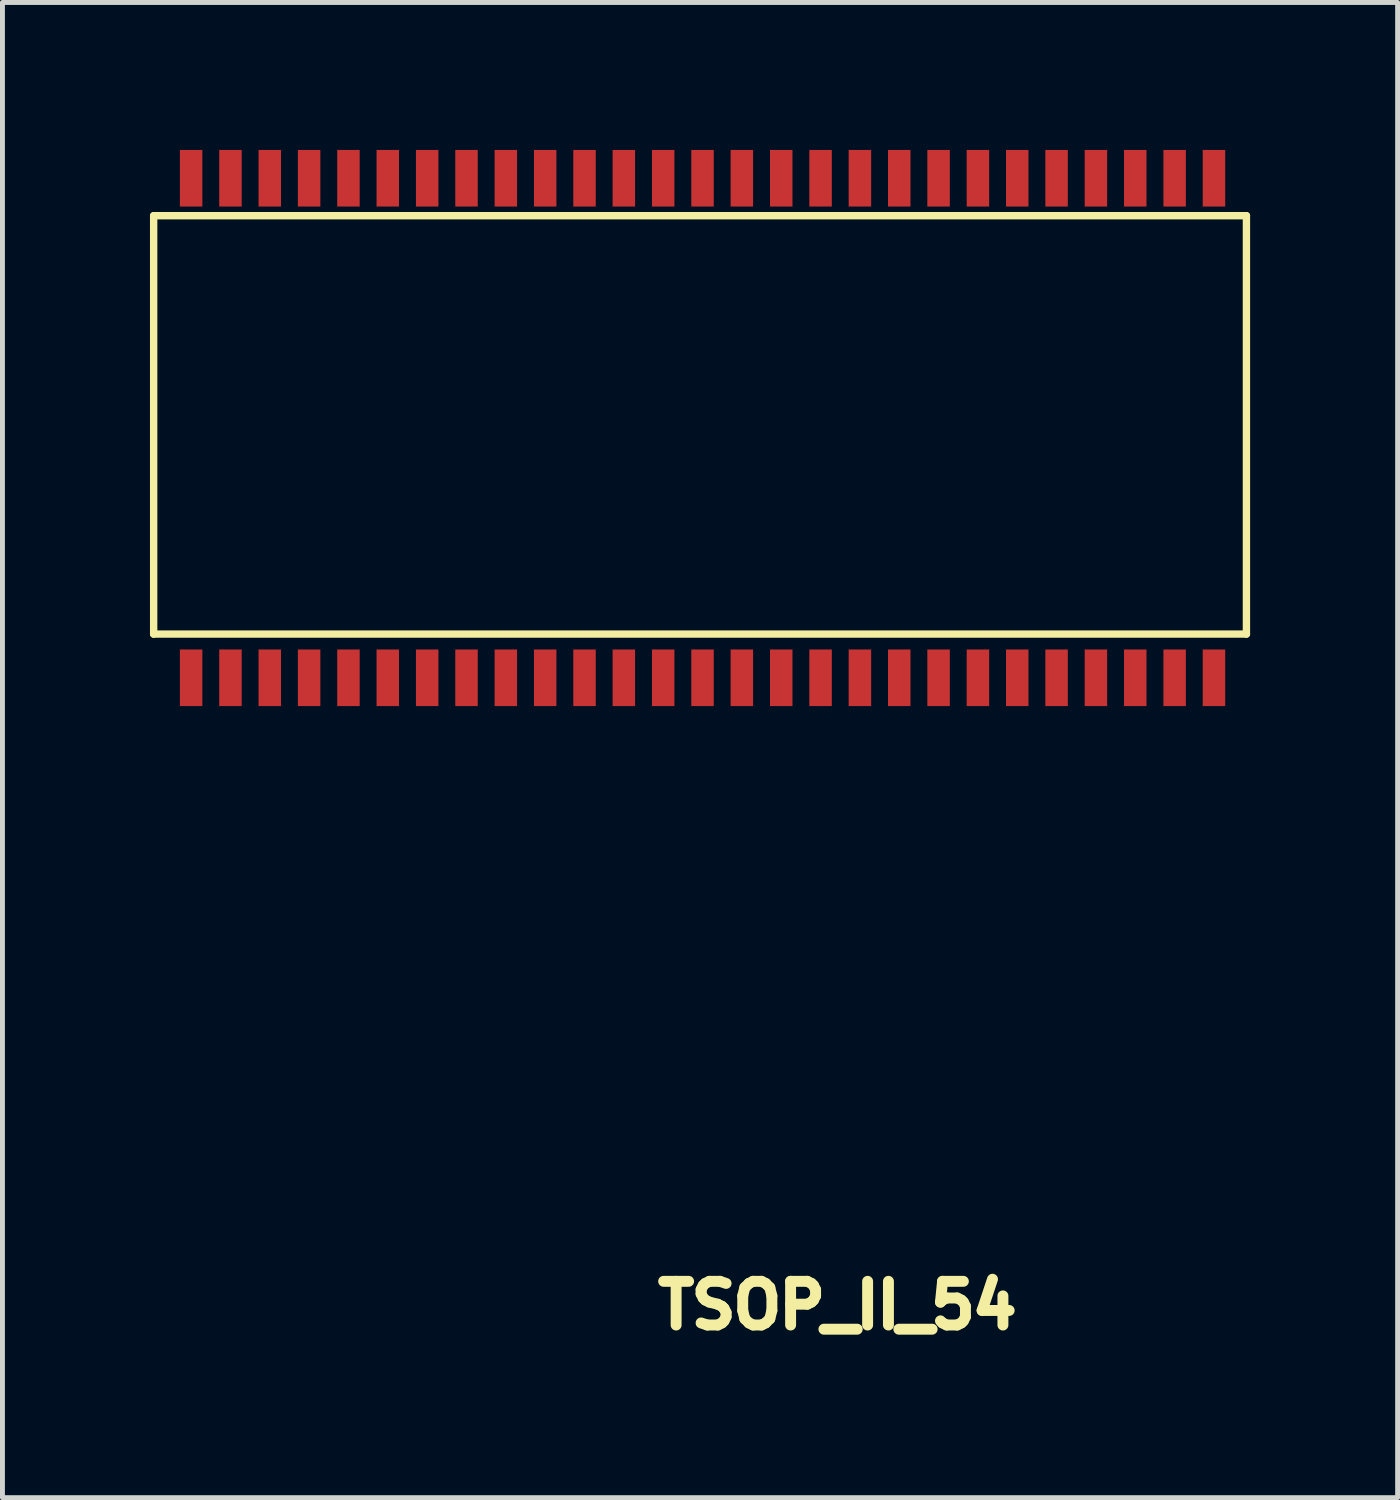
<source format=kicad_pcb>
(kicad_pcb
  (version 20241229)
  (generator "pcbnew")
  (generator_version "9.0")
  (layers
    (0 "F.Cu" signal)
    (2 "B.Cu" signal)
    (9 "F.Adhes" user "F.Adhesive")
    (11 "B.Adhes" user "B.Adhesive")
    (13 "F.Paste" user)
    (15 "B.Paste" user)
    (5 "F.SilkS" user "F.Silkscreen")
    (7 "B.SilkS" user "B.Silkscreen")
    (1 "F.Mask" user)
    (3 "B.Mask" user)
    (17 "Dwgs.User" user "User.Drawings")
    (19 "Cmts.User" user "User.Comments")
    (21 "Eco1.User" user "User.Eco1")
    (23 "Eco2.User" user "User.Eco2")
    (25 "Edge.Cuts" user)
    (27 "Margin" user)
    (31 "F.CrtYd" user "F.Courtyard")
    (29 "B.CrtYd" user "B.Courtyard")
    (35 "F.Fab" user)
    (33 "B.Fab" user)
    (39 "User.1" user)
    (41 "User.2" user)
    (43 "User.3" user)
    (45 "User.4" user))
  (footprint "TSOP_II_54"
    (layer "F.Cu")
    (at 0.837 10.735)
    (property "Reference" "TSOP_II_54" (at 13.145 12.764 180) (layer "F.SilkS") (effects (font (size 0.889 0.889) (thickness 0.305))))
    (attr through_hole)
    (fp_line (start -0.762 -9.398) (end 21.463 -9.398) (stroke (width 0.15) (type solid)) (layer "F.SilkS"))
    (fp_line (start -0.762 -0.889) (end -0.762 -9.398) (stroke (width 0.15) (type solid)) (layer "F.SilkS"))
    (fp_line (start 21.463 -9.398) (end 21.463 -0.889) (stroke (width 0.15) (type solid)) (layer "F.SilkS"))
    (fp_line (start 21.463 -0.889) (end -0.762 -0.889) (stroke (width 0.15) (type solid)) (layer "F.SilkS"))
    (pad "1" smd rect (at 0 0) (size 0.457 1.151) (layers "F.Cu" "F.Mask" "F.Paste"))
    (pad "2" smd rect (at 0.8 0) (size 0.457 1.151) (layers "F.Cu" "F.Mask" "F.Paste"))
    (pad "3" smd rect (at 1.6 0) (size 0.457 1.151) (layers "F.Cu" "F.Mask" "F.Paste"))
    (pad "4" smd rect (at 2.4 0) (size 0.457 1.151) (layers "F.Cu" "F.Mask" "F.Paste"))
    (pad "5" smd rect (at 3.2 0) (size 0.457 1.151) (layers "F.Cu" "F.Mask" "F.Paste"))
    (pad "6" smd rect (at 4 0) (size 0.457 1.151) (layers "F.Cu" "F.Mask" "F.Paste"))
    (pad "7" smd rect (at 4.801 0) (size 0.457 1.151) (layers "F.Cu" "F.Mask" "F.Paste"))
    (pad "8" smd rect (at 5.601 0) (size 0.457 1.151) (layers "F.Cu" "F.Mask" "F.Paste"))
    (pad "9" smd rect (at 6.401 0) (size 0.457 1.151) (layers "F.Cu" "F.Mask" "F.Paste"))
    (pad "10" smd rect (at 7.201 0) (size 0.457 1.151) (layers "F.Cu" "F.Mask" "F.Paste"))
    (pad "11" smd rect (at 8.001 0) (size 0.457 1.151) (layers "F.Cu" "F.Mask" "F.Paste"))
    (pad "12" smd rect (at 8.801 0) (size 0.457 1.151) (layers "F.Cu" "F.Mask" "F.Paste"))
    (pad "13" smd rect (at 9.601 0) (size 0.457 1.151) (layers "F.Cu" "F.Mask" "F.Paste"))
    (pad "14" smd rect (at 10.401 0) (size 0.457 1.151) (layers "F.Cu" "F.Mask" "F.Paste"))
    (pad "15" smd rect (at 11.201 0) (size 0.457 1.151) (layers "F.Cu" "F.Mask" "F.Paste"))
    (pad "16" smd rect (at 12.002 0) (size 0.457 1.151) (layers "F.Cu" "F.Mask" "F.Paste"))
    (pad "17" smd rect (at 12.802 0) (size 0.457 1.151) (layers "F.Cu" "F.Mask" "F.Paste"))
    (pad "18" smd rect (at 13.602 0) (size 0.457 1.151) (layers "F.Cu" "F.Mask" "F.Paste"))
    (pad "19" smd rect (at 14.402 0) (size 0.457 1.151) (layers "F.Cu" "F.Mask" "F.Paste"))
    (pad "20" smd rect (at 15.202 0) (size 0.457 1.151) (layers "F.Cu" "F.Mask" "F.Paste"))
    (pad "21" smd rect (at 16.002 0) (size 0.457 1.151) (layers "F.Cu" "F.Mask" "F.Paste"))
    (pad "22" smd rect (at 16.802 0) (size 0.457 1.151) (layers "F.Cu" "F.Mask" "F.Paste"))
    (pad "23" smd rect (at 17.602 0) (size 0.457 1.151) (layers "F.Cu" "F.Mask" "F.Paste"))
    (pad "24" smd rect (at 18.402 0) (size 0.457 1.151) (layers "F.Cu" "F.Mask" "F.Paste"))
    (pad "25" smd rect (at 19.202 0) (size 0.457 1.151) (layers "F.Cu" "F.Mask" "F.Paste"))
    (pad "26" smd rect (at 20.003 0) (size 0.457 1.151) (layers "F.Cu" "F.Mask" "F.Paste"))
    (pad "27" smd rect (at 20.803 0) (size 0.457 1.151) (layers "F.Cu" "F.Mask" "F.Paste"))
    (pad "28" smd rect (at 20.803 -10.16 180) (size 0.457 1.151) (layers "F.Cu" "F.Mask" "F.Paste"))
    (pad "29" smd rect (at 20.003 -10.16 180) (size 0.457 1.151) (layers "F.Cu" "F.Mask" "F.Paste"))
    (pad "30" smd rect (at 19.202 -10.16 180) (size 0.457 1.151) (layers "F.Cu" "F.Mask" "F.Paste"))
    (pad "31" smd rect (at 18.402 -10.16 180) (size 0.457 1.151) (layers "F.Cu" "F.Mask" "F.Paste"))
    (pad "32" smd rect (at 17.602 -10.16 180) (size 0.457 1.151) (layers "F.Cu" "F.Mask" "F.Paste"))
    (pad "33" smd rect (at 16.802 -10.16 180) (size 0.457 1.151) (layers "F.Cu" "F.Mask" "F.Paste"))
    (pad "34" smd rect (at 16.002 -10.16 180) (size 0.457 1.151) (layers "F.Cu" "F.Mask" "F.Paste"))
    (pad "35" smd rect (at 15.202 -10.16 180) (size 0.457 1.151) (layers "F.Cu" "F.Mask" "F.Paste"))
    (pad "36" smd rect (at 14.402 -10.16 180) (size 0.457 1.151) (layers "F.Cu" "F.Mask" "F.Paste"))
    (pad "37" smd rect (at 13.602 -10.16 180) (size 0.457 1.151) (layers "F.Cu" "F.Mask" "F.Paste"))
    (pad "38" smd rect (at 12.802 -10.16 180) (size 0.457 1.151) (layers "F.Cu" "F.Mask" "F.Paste"))
    (pad "39" smd rect (at 12.002 -10.16 180) (size 0.457 1.151) (layers "F.Cu" "F.Mask" "F.Paste"))
    (pad "40" smd rect (at 11.201 -10.16 180) (size 0.457 1.151) (layers "F.Cu" "F.Mask" "F.Paste"))
    (pad "41" smd rect (at 10.401 -10.16 180) (size 0.457 1.151) (layers "F.Cu" "F.Mask" "F.Paste"))
    (pad "42" smd rect (at 9.601 -10.16 180) (size 0.457 1.151) (layers "F.Cu" "F.Mask" "F.Paste"))
    (pad "43" smd rect (at 8.801 -10.16 180) (size 0.457 1.151) (layers "F.Cu" "F.Mask" "F.Paste"))
    (pad "44" smd rect (at 8.001 -10.16 180) (size 0.457 1.151) (layers "F.Cu" "F.Mask" "F.Paste"))
    (pad "45" smd rect (at 7.201 -10.16 180) (size 0.457 1.151) (layers "F.Cu" "F.Mask" "F.Paste"))
    (pad "46" smd rect (at 6.401 -10.16 180) (size 0.457 1.151) (layers "F.Cu" "F.Mask" "F.Paste"))
    (pad "47" smd rect (at 5.601 -10.16 180) (size 0.457 1.151) (layers "F.Cu" "F.Mask" "F.Paste"))
    (pad "48" smd rect (at 4.801 -10.16 180) (size 0.457 1.151) (layers "F.Cu" "F.Mask" "F.Paste"))
    (pad "49" smd rect (at 4 -10.16 180) (size 0.457 1.151) (layers "F.Cu" "F.Mask" "F.Paste"))
    (pad "50" smd rect (at 3.2 -10.16 180) (size 0.457 1.151) (layers "F.Cu" "F.Mask" "F.Paste"))
    (pad "51" smd rect (at 2.4 -10.16 180) (size 0.457 1.151) (layers "F.Cu" "F.Mask" "F.Paste"))
    (pad "52" smd rect (at 1.6 -10.16 180) (size 0.457 1.151) (layers "F.Cu" "F.Mask" "F.Paste"))
    (pad "53" smd rect (at 0.8 -10.16 180) (size 0.457 1.151) (layers "F.Cu" "F.Mask" "F.Paste"))
    (pad "54" smd rect (at 0 -10.16 180) (size 0.457 1.151) (layers "F.Cu" "F.Mask" "F.Paste")))
  (gr_rect
    (start -3 -3)
    (end 25.375 27.409)
    (stroke (width 0.1) (type default))
    (fill no)
    (layer "Edge.Cuts")))
</source>
